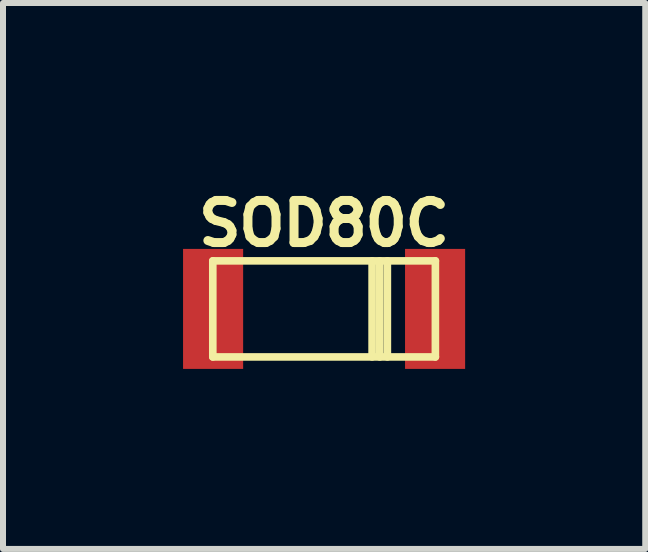
<source format=kicad_pcb>
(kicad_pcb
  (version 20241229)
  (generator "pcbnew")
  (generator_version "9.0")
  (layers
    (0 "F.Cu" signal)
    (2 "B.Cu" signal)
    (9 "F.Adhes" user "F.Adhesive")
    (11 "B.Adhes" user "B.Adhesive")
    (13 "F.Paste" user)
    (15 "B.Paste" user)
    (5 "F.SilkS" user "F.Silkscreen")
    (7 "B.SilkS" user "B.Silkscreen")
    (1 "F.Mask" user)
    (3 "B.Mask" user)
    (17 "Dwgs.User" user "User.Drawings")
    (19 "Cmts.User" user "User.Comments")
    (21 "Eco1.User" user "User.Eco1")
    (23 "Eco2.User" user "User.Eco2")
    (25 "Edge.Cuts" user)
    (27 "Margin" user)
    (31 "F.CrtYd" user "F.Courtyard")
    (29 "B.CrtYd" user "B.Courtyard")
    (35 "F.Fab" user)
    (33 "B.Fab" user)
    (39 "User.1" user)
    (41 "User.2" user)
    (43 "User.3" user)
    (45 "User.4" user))
  (footprint "SOD80C"
    (layer "F.Cu")
    (at 2.349 2.096)
    (property "Reference" "SOD80C" (at 0 -1.422 0) (layer "F.SilkS") (effects (font (size 0.701 0.701) (thickness 0.15))))
    (attr through_hole)
    (fp_line (start -1.854 -0.8) (end -1.854 0.8) (stroke (width 0.127) (type solid)) (layer "F.SilkS"))
    (fp_line (start -1.854 0.8) (end 1.854 0.8) (stroke (width 0.127) (type solid)) (layer "F.SilkS"))
    (fp_line (start 0.8 -0.8) (end 0.8 0.8) (stroke (width 0.127) (type solid)) (layer "F.SilkS"))
    (fp_line (start 0.927 0.8) (end 0.927 -0.8) (stroke (width 0.127) (type solid)) (layer "F.SilkS"))
    (fp_line (start 1.054 -0.8) (end 1.054 0.8) (stroke (width 0.127) (type solid)) (layer "F.SilkS"))
    (fp_line (start 1.854 -0.8) (end -1.854 -0.8) (stroke (width 0.127) (type solid)) (layer "F.SilkS"))
    (fp_line (start 1.854 0.8) (end 1.854 -0.8) (stroke (width 0.127) (type solid)) (layer "F.SilkS"))
    (pad "1" smd rect (at -1.849 0) (size 1.001 1.999) (layers "F.Cu" "F.Mask" "F.Paste"))
    (pad "2" smd rect (at 1.849 0) (size 1.001 1.999) (layers "F.Cu" "F.Mask" "F.Paste")))
  (gr_rect
    (start -3 -3)
    (end 7.699 6.095)
    (stroke (width 0.1) (type default))
    (fill no)
    (layer "Edge.Cuts")))
</source>
